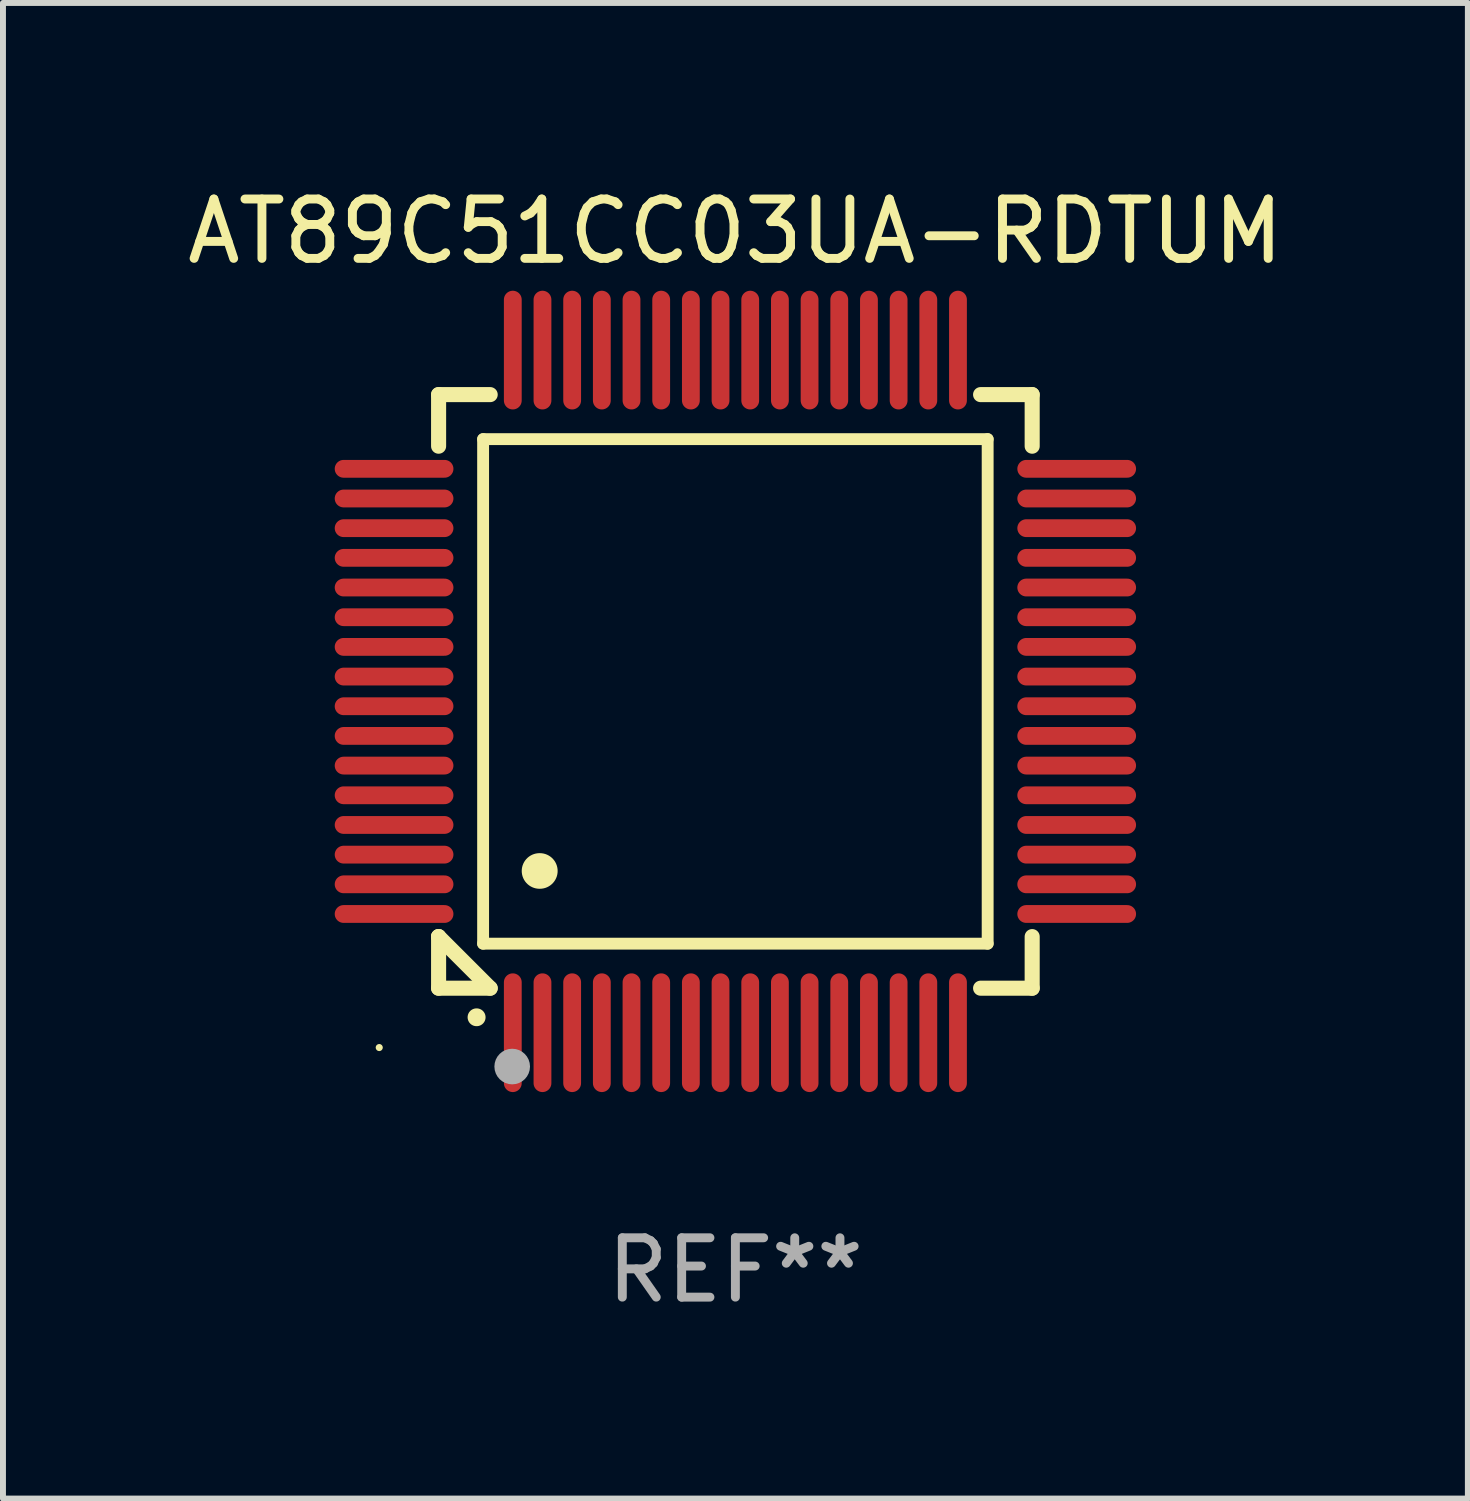
<source format=kicad_pcb>
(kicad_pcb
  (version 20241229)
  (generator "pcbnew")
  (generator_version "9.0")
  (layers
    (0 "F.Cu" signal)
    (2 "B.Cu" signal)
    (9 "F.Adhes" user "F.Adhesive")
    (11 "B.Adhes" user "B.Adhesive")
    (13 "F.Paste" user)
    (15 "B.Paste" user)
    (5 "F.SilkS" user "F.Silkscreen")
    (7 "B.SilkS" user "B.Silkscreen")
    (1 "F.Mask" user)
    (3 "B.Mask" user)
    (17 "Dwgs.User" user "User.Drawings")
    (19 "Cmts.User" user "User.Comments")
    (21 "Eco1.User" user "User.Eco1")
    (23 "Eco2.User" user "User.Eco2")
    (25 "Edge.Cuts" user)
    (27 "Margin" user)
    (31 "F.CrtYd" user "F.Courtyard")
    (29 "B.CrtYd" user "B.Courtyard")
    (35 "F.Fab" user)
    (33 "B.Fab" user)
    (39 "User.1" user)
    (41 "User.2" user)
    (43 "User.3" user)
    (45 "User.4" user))
  (footprint "AT89C51CC03UA-RDTUM"
    (layer "F.Cu")
    (at 9.339 8.598)
    (property "Reference" "AT89C51CC03UA-RDTUM" (at 0 -7.75 0) (layer "F.SilkS") (effects (font (size 1 1) (thickness 0.15))))
    (attr through_hole)
    (fp_line (start -5 -5) (end -4.131 -5) (stroke (width 0.254) (type solid)) (layer "F.SilkS"))
    (fp_line (start -5 -4.131) (end -5 -5) (stroke (width 0.254) (type solid)) (layer "F.SilkS"))
    (fp_line (start -5 4.131) (end -5 4.131) (stroke (width 0.254) (type solid)) (layer "F.SilkS"))
    (fp_line (start -5 5) (end -5 4.131) (stroke (width 0.254) (type solid)) (layer "F.SilkS"))
    (fp_line (start -5 4.131) (end -4.131 5) (stroke (width 0.254) (type solid)) (layer "F.SilkS"))
    (fp_line (start -4.25 -4.25) (end -4.25 4.25) (stroke (width 0.2) (type solid)) (layer "F.SilkS"))
    (fp_line (start -4.25 4.25) (end 4.25 4.25) (stroke (width 0.2) (type solid)) (layer "F.SilkS"))
    (fp_line (start -4.131 5) (end -5 5) (stroke (width 0.254) (type solid)) (layer "F.SilkS"))
    (fp_line (start 4.25 -4.25) (end -4.25 -4.25) (stroke (width 0.2) (type solid)) (layer "F.SilkS"))
    (fp_line (start 4.25 4.25) (end 4.25 -4.25) (stroke (width 0.2) (type solid)) (layer "F.SilkS"))
    (fp_line (start 5 -5) (end 4.131 -5) (stroke (width 0.254) (type solid)) (layer "F.SilkS"))
    (fp_line (start 5 -5) (end 5 -4.131) (stroke (width 0.254) (type solid)) (layer "F.SilkS"))
    (fp_line (start 5 4.131) (end 5 5) (stroke (width 0.254) (type solid)) (layer "F.SilkS"))
    (fp_line (start 5 5) (end 4.131 5) (stroke (width 0.254) (type solid)) (layer "F.SilkS"))
    (fp_arc (start -4.361265 5.489992) (mid -4.359995 5.489987) (end -4.358725 5.489992) (stroke (width 0.3) (type solid)) (layer "F.SilkS"))
    (fp_arc (start -3.299467 3.025146) (mid -3.296927 3.025135) (end -3.294387 3.025146) (stroke (width 0.6) (type solid)) (layer "F.SilkS"))
    (fp_circle (center -6 6) (end -5.97 6) (stroke (width 0.06) (type solid)) (fill no) (layer "F.SilkS"))
    (fp_circle (center -3.76 6.32) (end -3.61 6.32) (stroke (width 0.3) (type solid)) (fill no) (layer "F.Fab"))
    (fp_text user "REF**" (at 0 9.75 0) (layer "F.Fab") (effects (font (size 1 1) (thickness 0.15))))
    (pad "1" smd oval (at -3.75 5.75) (size 0.3 2) (layers "F.Cu" "F.Mask" "F.Paste"))
    (pad "2" smd oval (at -3.25 5.75) (size 0.3 2) (layers "F.Cu" "F.Mask" "F.Paste"))
    (pad "3" smd oval (at -2.75 5.75) (size 0.3 2) (layers "F.Cu" "F.Mask" "F.Paste"))
    (pad "4" smd oval (at -2.25 5.75) (size 0.3 2) (layers "F.Cu" "F.Mask" "F.Paste"))
    (pad "5" smd oval (at -1.75 5.75) (size 0.3 2) (layers "F.Cu" "F.Mask" "F.Paste"))
    (pad "6" smd oval (at -1.25 5.75) (size 0.3 2) (layers "F.Cu" "F.Mask" "F.Paste"))
    (pad "7" smd oval (at -0.75 5.75) (size 0.3 2) (layers "F.Cu" "F.Mask" "F.Paste"))
    (pad "8" smd oval (at -0.25 5.75) (size 0.3 2) (layers "F.Cu" "F.Mask" "F.Paste"))
    (pad "9" smd oval (at 0.25 5.75) (size 0.3 2) (layers "F.Cu" "F.Mask" "F.Paste"))
    (pad "10" smd oval (at 0.75 5.75) (size 0.3 2) (layers "F.Cu" "F.Mask" "F.Paste"))
    (pad "11" smd oval (at 1.25 5.75) (size 0.3 2) (layers "F.Cu" "F.Mask" "F.Paste"))
    (pad "12" smd oval (at 1.75 5.75) (size 0.3 2) (layers "F.Cu" "F.Mask" "F.Paste"))
    (pad "13" smd oval (at 2.25 5.75) (size 0.3 2) (layers "F.Cu" "F.Mask" "F.Paste"))
    (pad "14" smd oval (at 2.75 5.75) (size 0.3 2) (layers "F.Cu" "F.Mask" "F.Paste"))
    (pad "15" smd oval (at 3.25 5.75) (size 0.3 2) (layers "F.Cu" "F.Mask" "F.Paste"))
    (pad "16" smd oval (at 3.75 5.75) (size 0.3 2) (layers "F.Cu" "F.Mask" "F.Paste"))
    (pad "17" smd oval (at 5.75 3.75) (size 2 0.3) (layers "F.Cu" "F.Mask" "F.Paste"))
    (pad "18" smd oval (at 5.75 3.25) (size 2 0.3) (layers "F.Cu" "F.Mask" "F.Paste"))
    (pad "19" smd oval (at 5.75 2.75) (size 2 0.3) (layers "F.Cu" "F.Mask" "F.Paste"))
    (pad "20" smd oval (at 5.75 2.25) (size 2 0.3) (layers "F.Cu" "F.Mask" "F.Paste"))
    (pad "21" smd oval (at 5.75 1.75) (size 2 0.3) (layers "F.Cu" "F.Mask" "F.Paste"))
    (pad "22" smd oval (at 5.75 1.25) (size 2 0.3) (layers "F.Cu" "F.Mask" "F.Paste"))
    (pad "23" smd oval (at 5.75 0.75) (size 2 0.3) (layers "F.Cu" "F.Mask" "F.Paste"))
    (pad "24" smd oval (at 5.75 0.25) (size 2 0.3) (layers "F.Cu" "F.Mask" "F.Paste"))
    (pad "25" smd oval (at 5.75 -0.25) (size 2 0.3) (layers "F.Cu" "F.Mask" "F.Paste"))
    (pad "26" smd oval (at 5.75 -0.75) (size 2 0.3) (layers "F.Cu" "F.Mask" "F.Paste"))
    (pad "27" smd oval (at 5.75 -1.25) (size 2 0.3) (layers "F.Cu" "F.Mask" "F.Paste"))
    (pad "28" smd oval (at 5.75 -1.75) (size 2 0.3) (layers "F.Cu" "F.Mask" "F.Paste"))
    (pad "29" smd oval (at 5.75 -2.25) (size 2 0.3) (layers "F.Cu" "F.Mask" "F.Paste"))
    (pad "30" smd oval (at 5.75 -2.75) (size 2 0.3) (layers "F.Cu" "F.Mask" "F.Paste"))
    (pad "31" smd oval (at 5.75 -3.25) (size 2 0.3) (layers "F.Cu" "F.Mask" "F.Paste"))
    (pad "32" smd oval (at 5.75 -3.75) (size 2 0.3) (layers "F.Cu" "F.Mask" "F.Paste"))
    (pad "33" smd oval (at 3.75 -5.75) (size 0.3 2) (layers "F.Cu" "F.Mask" "F.Paste"))
    (pad "34" smd oval (at 3.25 -5.75) (size 0.3 2) (layers "F.Cu" "F.Mask" "F.Paste"))
    (pad "35" smd oval (at 2.75 -5.75) (size 0.3 2) (layers "F.Cu" "F.Mask" "F.Paste"))
    (pad "36" smd oval (at 2.25 -5.75) (size 0.3 2) (layers "F.Cu" "F.Mask" "F.Paste"))
    (pad "37" smd oval (at 1.75 -5.75) (size 0.3 2) (layers "F.Cu" "F.Mask" "F.Paste"))
    (pad "38" smd oval (at 1.25 -5.75) (size 0.3 2) (layers "F.Cu" "F.Mask" "F.Paste"))
    (pad "39" smd oval (at 0.75 -5.75) (size 0.3 2) (layers "F.Cu" "F.Mask" "F.Paste"))
    (pad "40" smd oval (at 0.25 -5.75) (size 0.3 2) (layers "F.Cu" "F.Mask" "F.Paste"))
    (pad "41" smd oval (at -0.25 -5.75) (size 0.3 2) (layers "F.Cu" "F.Mask" "F.Paste"))
    (pad "42" smd oval (at -0.75 -5.75) (size 0.3 2) (layers "F.Cu" "F.Mask" "F.Paste"))
    (pad "43" smd oval (at -1.25 -5.75) (size 0.3 2) (layers "F.Cu" "F.Mask" "F.Paste"))
    (pad "44" smd oval (at -1.75 -5.75) (size 0.3 2) (layers "F.Cu" "F.Mask" "F.Paste"))
    (pad "45" smd oval (at -2.25 -5.75) (size 0.3 2) (layers "F.Cu" "F.Mask" "F.Paste"))
    (pad "46" smd oval (at -2.75 -5.75) (size 0.3 2) (layers "F.Cu" "F.Mask" "F.Paste"))
    (pad "47" smd oval (at -3.25 -5.75) (size 0.3 2) (layers "F.Cu" "F.Mask" "F.Paste"))
    (pad "48" smd oval (at -3.75 -5.75) (size 0.3 2) (layers "F.Cu" "F.Mask" "F.Paste"))
    (pad "49" smd oval (at -5.75 -3.75) (size 2 0.3) (layers "F.Cu" "F.Mask" "F.Paste"))
    (pad "50" smd oval (at -5.75 -3.25) (size 2 0.3) (layers "F.Cu" "F.Mask" "F.Paste"))
    (pad "51" smd oval (at -5.75 -2.75) (size 2 0.3) (layers "F.Cu" "F.Mask" "F.Paste"))
    (pad "52" smd oval (at -5.75 -2.25) (size 2 0.3) (layers "F.Cu" "F.Mask" "F.Paste"))
    (pad "53" smd oval (at -5.75 -1.75) (size 2 0.3) (layers "F.Cu" "F.Mask" "F.Paste"))
    (pad "54" smd oval (at -5.75 -1.25) (size 2 0.3) (layers "F.Cu" "F.Mask" "F.Paste"))
    (pad "55" smd oval (at -5.75 -0.75) (size 2 0.3) (layers "F.Cu" "F.Mask" "F.Paste"))
    (pad "56" smd oval (at -5.75 -0.25) (size 2 0.3) (layers "F.Cu" "F.Mask" "F.Paste"))
    (pad "57" smd oval (at -5.75 0.25) (size 2 0.3) (layers "F.Cu" "F.Mask" "F.Paste"))
    (pad "58" smd oval (at -5.75 0.75) (size 2 0.3) (layers "F.Cu" "F.Mask" "F.Paste"))
    (pad "59" smd oval (at -5.75 1.25) (size 2 0.3) (layers "F.Cu" "F.Mask" "F.Paste"))
    (pad "60" smd oval (at -5.75 1.75) (size 2 0.3) (layers "F.Cu" "F.Mask" "F.Paste"))
    (pad "61" smd oval (at -5.75 2.25) (size 2 0.3) (layers "F.Cu" "F.Mask" "F.Paste"))
    (pad "62" smd oval (at -5.75 2.75) (size 2 0.3) (layers "F.Cu" "F.Mask" "F.Paste"))
    (pad "63" smd oval (at -5.75 3.25) (size 2 0.3) (layers "F.Cu" "F.Mask" "F.Paste"))
    (pad "64" smd oval (at -5.75 3.75) (size 2 0.3) (layers "F.Cu" "F.Mask" "F.Paste")))
  (gr_rect
    (start -3 -3)
    (end 21.679 22.196)
    (stroke (width 0.1) (type default))
    (fill no)
    (layer "Edge.Cuts")))
</source>
